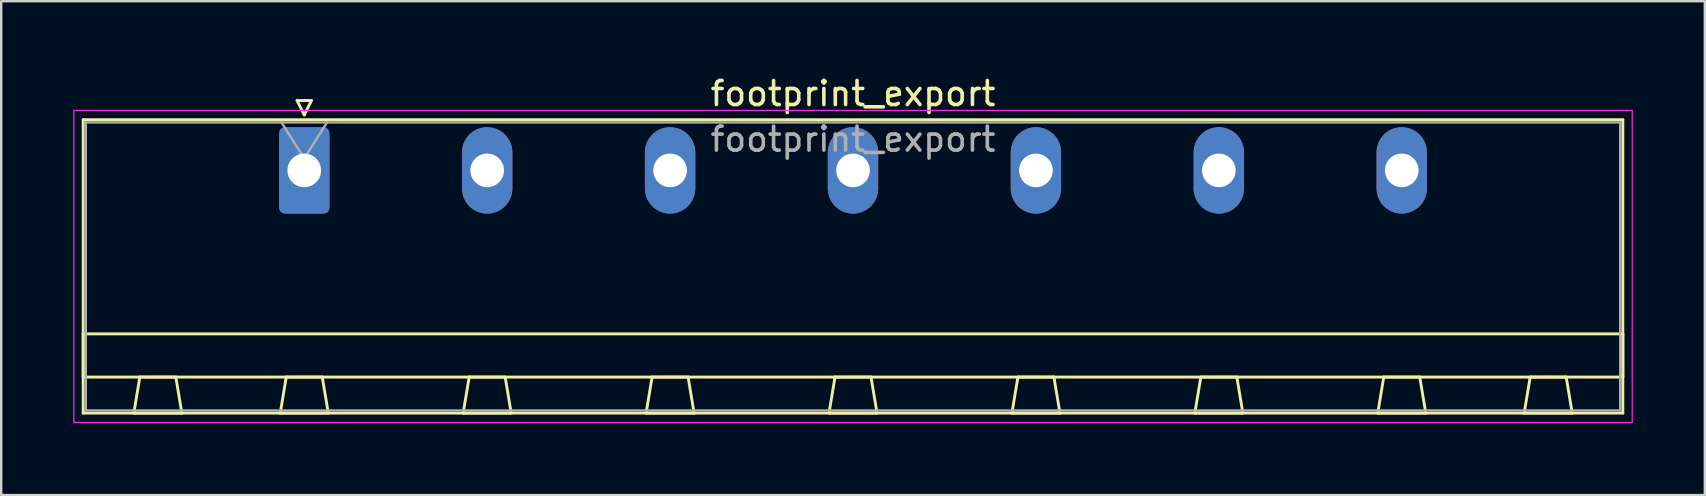
<source format=kicad_pcb>
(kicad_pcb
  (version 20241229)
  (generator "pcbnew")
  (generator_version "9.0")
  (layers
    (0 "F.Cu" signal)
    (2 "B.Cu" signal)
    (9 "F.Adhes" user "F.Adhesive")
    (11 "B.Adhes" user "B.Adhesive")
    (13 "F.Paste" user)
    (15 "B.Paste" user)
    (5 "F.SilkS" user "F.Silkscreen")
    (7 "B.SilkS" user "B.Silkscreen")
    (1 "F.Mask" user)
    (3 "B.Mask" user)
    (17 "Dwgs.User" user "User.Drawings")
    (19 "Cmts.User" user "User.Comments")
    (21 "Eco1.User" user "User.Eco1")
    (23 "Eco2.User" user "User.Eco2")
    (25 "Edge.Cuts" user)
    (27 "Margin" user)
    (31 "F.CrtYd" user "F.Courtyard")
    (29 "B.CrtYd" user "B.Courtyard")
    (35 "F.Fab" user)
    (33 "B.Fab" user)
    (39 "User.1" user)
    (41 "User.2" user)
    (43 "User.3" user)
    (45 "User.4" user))
  (footprint "footprint_export"
    (layer "F.Cu")
    (at 9.625 4.048)
    (property "Reference" "footprint_export" (at 22.86 -3.2 0) (layer "F.SilkS") (effects (font (size 1 1) (thickness 0.15))))
    (attr through_hole)
    (fp_line (start -9.21 -2.11) (end -9.21 10.11) (stroke (width 0.12) (type solid)) (layer "F.SilkS"))
    (fp_line (start -9.21 6.81) (end 54.93 6.81) (stroke (width 0.12) (type solid)) (layer "F.SilkS"))
    (fp_line (start -9.21 8.61) (end -9.21 6.81) (stroke (width 0.12) (type solid)) (layer "F.SilkS"))
    (fp_line (start -9.21 10.11) (end 54.93 10.11) (stroke (width 0.12) (type solid)) (layer "F.SilkS"))
    (fp_line (start -7.1 10.11) (end -5.1 10.11) (stroke (width 0.12) (type solid)) (layer "F.SilkS"))
    (fp_line (start -6.85 8.61) (end -7.1 10.11) (stroke (width 0.12) (type solid)) (layer "F.SilkS"))
    (fp_line (start -5.35 8.61) (end -6.85 8.61) (stroke (width 0.12) (type solid)) (layer "F.SilkS"))
    (fp_line (start -5.1 10.11) (end -5.35 8.61) (stroke (width 0.12) (type solid)) (layer "F.SilkS"))
    (fp_line (start -1 10.11) (end 1 10.11) (stroke (width 0.12) (type solid)) (layer "F.SilkS"))
    (fp_line (start -0.75 8.61) (end -1 10.11) (stroke (width 0.12) (type solid)) (layer "F.SilkS"))
    (fp_line (start -0.3 -2.91) (end 0.3 -2.91) (stroke (width 0.12) (type solid)) (layer "F.SilkS"))
    (fp_line (start 0 -2.31) (end -0.3 -2.91) (stroke (width 0.12) (type solid)) (layer "F.SilkS"))
    (fp_line (start 0.3 -2.91) (end 0 -2.31) (stroke (width 0.12) (type solid)) (layer "F.SilkS"))
    (fp_line (start 0.75 8.61) (end -0.75 8.61) (stroke (width 0.12) (type solid)) (layer "F.SilkS"))
    (fp_line (start 1 10.11) (end 0.75 8.61) (stroke (width 0.12) (type solid)) (layer "F.SilkS"))
    (fp_line (start 6.62 10.11) (end 8.62 10.11) (stroke (width 0.12) (type solid)) (layer "F.SilkS"))
    (fp_line (start 6.87 8.61) (end 6.62 10.11) (stroke (width 0.12) (type solid)) (layer "F.SilkS"))
    (fp_line (start 8.37 8.61) (end 6.87 8.61) (stroke (width 0.12) (type solid)) (layer "F.SilkS"))
    (fp_line (start 8.62 10.11) (end 8.37 8.61) (stroke (width 0.12) (type solid)) (layer "F.SilkS"))
    (fp_line (start 14.24 10.11) (end 16.24 10.11) (stroke (width 0.12) (type solid)) (layer "F.SilkS"))
    (fp_line (start 14.49 8.61) (end 14.24 10.11) (stroke (width 0.12) (type solid)) (layer "F.SilkS"))
    (fp_line (start 15.99 8.61) (end 14.49 8.61) (stroke (width 0.12) (type solid)) (layer "F.SilkS"))
    (fp_line (start 16.24 10.11) (end 15.99 8.61) (stroke (width 0.12) (type solid)) (layer "F.SilkS"))
    (fp_line (start 21.86 10.11) (end 23.86 10.11) (stroke (width 0.12) (type solid)) (layer "F.SilkS"))
    (fp_line (start 22.11 8.61) (end 21.86 10.11) (stroke (width 0.12) (type solid)) (layer "F.SilkS"))
    (fp_line (start 23.61 8.61) (end 22.11 8.61) (stroke (width 0.12) (type solid)) (layer "F.SilkS"))
    (fp_line (start 23.86 10.11) (end 23.61 8.61) (stroke (width 0.12) (type solid)) (layer "F.SilkS"))
    (fp_line (start 29.48 10.11) (end 31.48 10.11) (stroke (width 0.12) (type solid)) (layer "F.SilkS"))
    (fp_line (start 29.73 8.61) (end 29.48 10.11) (stroke (width 0.12) (type solid)) (layer "F.SilkS"))
    (fp_line (start 31.23 8.61) (end 29.73 8.61) (stroke (width 0.12) (type solid)) (layer "F.SilkS"))
    (fp_line (start 31.48 10.11) (end 31.23 8.61) (stroke (width 0.12) (type solid)) (layer "F.SilkS"))
    (fp_line (start 37.1 10.11) (end 39.1 10.11) (stroke (width 0.12) (type solid)) (layer "F.SilkS"))
    (fp_line (start 37.35 8.61) (end 37.1 10.11) (stroke (width 0.12) (type solid)) (layer "F.SilkS"))
    (fp_line (start 38.85 8.61) (end 37.35 8.61) (stroke (width 0.12) (type solid)) (layer "F.SilkS"))
    (fp_line (start 39.1 10.11) (end 38.85 8.61) (stroke (width 0.12) (type solid)) (layer "F.SilkS"))
    (fp_line (start 44.72 10.11) (end 46.72 10.11) (stroke (width 0.12) (type solid)) (layer "F.SilkS"))
    (fp_line (start 44.97 8.61) (end 44.72 10.11) (stroke (width 0.12) (type solid)) (layer "F.SilkS"))
    (fp_line (start 46.47 8.61) (end 44.97 8.61) (stroke (width 0.12) (type solid)) (layer "F.SilkS"))
    (fp_line (start 46.72 10.11) (end 46.47 8.61) (stroke (width 0.12) (type solid)) (layer "F.SilkS"))
    (fp_line (start 50.82 10.11) (end 52.82 10.11) (stroke (width 0.12) (type solid)) (layer "F.SilkS"))
    (fp_line (start 51.07 8.61) (end 50.82 10.11) (stroke (width 0.12) (type solid)) (layer "F.SilkS"))
    (fp_line (start 52.57 8.61) (end 51.07 8.61) (stroke (width 0.12) (type solid)) (layer "F.SilkS"))
    (fp_line (start 52.82 10.11) (end 52.57 8.61) (stroke (width 0.12) (type solid)) (layer "F.SilkS"))
    (fp_line (start 54.93 -2.11) (end -9.21 -2.11) (stroke (width 0.12) (type solid)) (layer "F.SilkS"))
    (fp_line (start 54.93 6.81) (end 54.93 8.61) (stroke (width 0.12) (type solid)) (layer "F.SilkS"))
    (fp_line (start 54.93 8.61) (end -9.21 8.61) (stroke (width 0.12) (type solid)) (layer "F.SilkS"))
    (fp_line (start 54.93 10.11) (end 54.93 -2.11) (stroke (width 0.12) (type solid)) (layer "F.SilkS"))
    (fp_line (start -9.6 -2.5) (end -9.6 10.5) (stroke (width 0.05) (type solid)) (layer "F.CrtYd"))
    (fp_line (start -9.6 10.5) (end 55.32 10.5) (stroke (width 0.05) (type solid)) (layer "F.CrtYd"))
    (fp_line (start 55.32 -2.5) (end -9.6 -2.5) (stroke (width 0.05) (type solid)) (layer "F.CrtYd"))
    (fp_line (start 55.32 10.5) (end 55.32 -2.5) (stroke (width 0.05) (type solid)) (layer "F.CrtYd"))
    (fp_line (start -9.1 -2) (end -9.1 10) (stroke (width 0.1) (type solid)) (layer "F.Fab"))
    (fp_line (start -9.1 10) (end 54.82 10) (stroke (width 0.1) (type solid)) (layer "F.Fab"))
    (fp_line (start 0 -0.5) (end -0.95 -2) (stroke (width 0.1) (type solid)) (layer "F.Fab"))
    (fp_line (start 0.95 -2) (end 0 -0.5) (stroke (width 0.1) (type solid)) (layer "F.Fab"))
    (fp_line (start 54.82 -2) (end -9.1 -2) (stroke (width 0.1) (type solid)) (layer "F.Fab"))
    (fp_line (start 54.82 10) (end 54.82 -2) (stroke (width 0.1) (type solid)) (layer "F.Fab"))
    (fp_text user "${REFERENCE}" (at 22.86 -1.3 0) (layer "F.Fab") (effects (font (size 1 1) (thickness 0.15))))
    (pad "1" thru_hole roundrect (at 0 0) (size 2.1 3.6) (drill 1.4) (layers "*.Cu" "*.Mask") (roundrect_rratio 0.119))
    (pad "2" thru_hole oval (at 7.62 0) (size 2.1 3.6) (drill 1.4) (layers "*.Cu" "*.Mask"))
    (pad "3" thru_hole oval (at 15.24 0) (size 2.1 3.6) (drill 1.4) (layers "*.Cu" "*.Mask"))
    (pad "4" thru_hole oval (at 22.86 0) (size 2.1 3.6) (drill 1.4) (layers "*.Cu" "*.Mask"))
    (pad "5" thru_hole oval (at 30.48 0) (size 2.1 3.6) (drill 1.4) (layers "*.Cu" "*.Mask"))
    (pad "6" thru_hole oval (at 38.1 0) (size 2.1 3.6) (drill 1.4) (layers "*.Cu" "*.Mask"))
    (pad "7" thru_hole oval (at 45.72 0) (size 2.1 3.6) (drill 1.4) (layers "*.Cu" "*.Mask")))
  (gr_rect
    (start -3 -3)
    (end 67.97 17.573)
    (stroke (width 0.1) (type default))
    (fill no)
    (layer "Edge.Cuts")))
</source>
